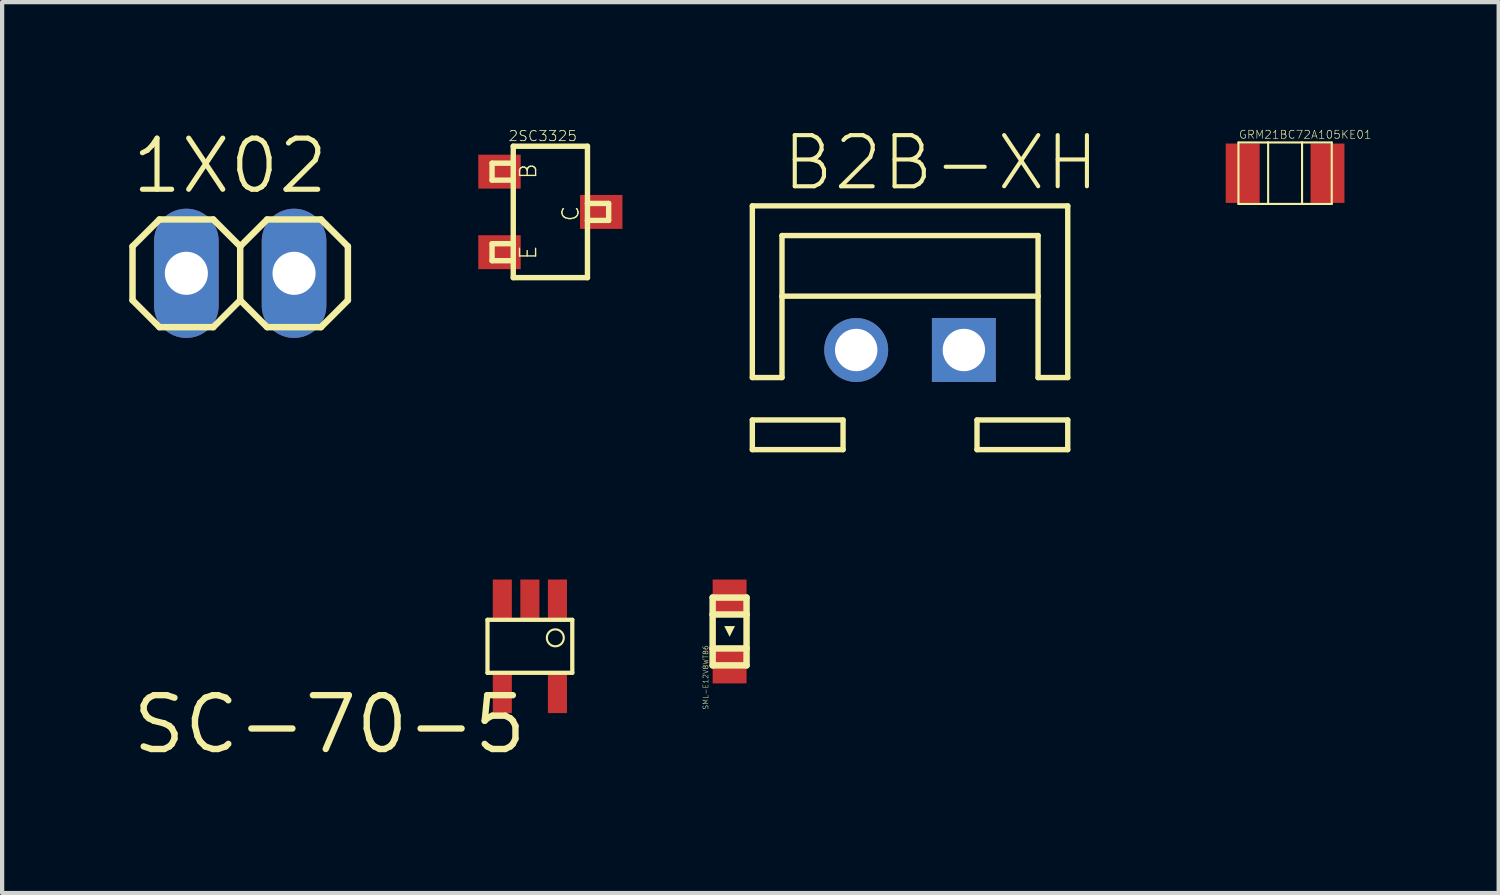
<source format=kicad_pcb>
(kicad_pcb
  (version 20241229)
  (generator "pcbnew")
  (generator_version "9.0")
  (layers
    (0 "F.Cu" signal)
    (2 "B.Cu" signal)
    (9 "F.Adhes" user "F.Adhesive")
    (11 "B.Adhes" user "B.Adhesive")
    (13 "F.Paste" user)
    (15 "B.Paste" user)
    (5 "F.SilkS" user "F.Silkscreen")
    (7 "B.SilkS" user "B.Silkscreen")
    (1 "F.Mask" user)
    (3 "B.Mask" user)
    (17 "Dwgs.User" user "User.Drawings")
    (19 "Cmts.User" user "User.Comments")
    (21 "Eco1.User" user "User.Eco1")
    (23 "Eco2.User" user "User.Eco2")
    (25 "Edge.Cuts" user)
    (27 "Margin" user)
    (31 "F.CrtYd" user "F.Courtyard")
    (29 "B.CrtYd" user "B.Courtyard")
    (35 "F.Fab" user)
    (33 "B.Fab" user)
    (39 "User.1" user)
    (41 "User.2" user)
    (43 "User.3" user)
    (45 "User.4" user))
  (footprint "2SC3325"
    (layer "F.Cu")
    (at 8.732 2.899)
    (property "Reference" "2SC3325" (at 0.2 -2.6 0) (layer "F.SilkS") (effects (font (size 0.241 0.241) (thickness 0.019)) (justify left bottom)))
    (attr through_hole)
    (fp_line (start -0.175 -2.1) (end -0.175 -1.7) (stroke (width 0.127) (type solid)) (layer "F.SilkS"))
    (fp_line (start -0.175 -1.7) (end 0.325 -1.7) (stroke (width 0.127) (type solid)) (layer "F.SilkS"))
    (fp_line (start -0.175 -0.2) (end -0.175 0.2) (stroke (width 0.127) (type solid)) (layer "F.SilkS"))
    (fp_line (start -0.175 0.2) (end 0.325 0.2) (stroke (width 0.127) (type solid)) (layer "F.SilkS"))
    (fp_line (start 0.325 -2.5) (end 0.325 -2.1) (stroke (width 0.127) (type solid)) (layer "F.SilkS"))
    (fp_line (start 0.325 -2.1) (end -0.175 -2.1) (stroke (width 0.127) (type solid)) (layer "F.SilkS"))
    (fp_line (start 0.325 -1.7) (end 0.325 -2.1) (stroke (width 0.127) (type solid)) (layer "F.SilkS"))
    (fp_line (start 0.325 -1.7) (end 0.325 -0.2) (stroke (width 0.127) (type solid)) (layer "F.SilkS"))
    (fp_line (start 0.325 -0.2) (end -0.175 -0.2) (stroke (width 0.127) (type solid)) (layer "F.SilkS"))
    (fp_line (start 0.325 0.2) (end 0.325 -0.2) (stroke (width 0.127) (type solid)) (layer "F.SilkS"))
    (fp_line (start 0.325 0.2) (end 0.325 0.6) (stroke (width 0.127) (type solid)) (layer "F.SilkS"))
    (fp_line (start 0.325 0.6) (end 2.075 0.6) (stroke (width 0.127) (type solid)) (layer "F.SilkS"))
    (fp_line (start 2.075 -2.5) (end 0.325 -2.5) (stroke (width 0.127) (type solid)) (layer "F.SilkS"))
    (fp_line (start 2.075 -1.15) (end 2.075 -2.5) (stroke (width 0.127) (type solid)) (layer "F.SilkS"))
    (fp_line (start 2.075 -1.15) (end 2.075 -0.75) (stroke (width 0.127) (type solid)) (layer "F.SilkS"))
    (fp_line (start 2.075 -0.75) (end 2.575 -0.75) (stroke (width 0.127) (type solid)) (layer "F.SilkS"))
    (fp_line (start 2.075 0.6) (end 2.075 -0.75) (stroke (width 0.127) (type solid)) (layer "F.SilkS"))
    (fp_line (start 2.575 -1.15) (end 2.075 -1.15) (stroke (width 0.127) (type solid)) (layer "F.SilkS"))
    (fp_line (start 2.575 -0.75) (end 2.575 -1.15) (stroke (width 0.127) (type solid)) (layer "F.SilkS"))
    (fp_text user "C" (at 1.9 -0.7 90) (layer "F.SilkS") (effects (font (size 0.38 0.38) (thickness 0.032)) (justify left bottom)))
    (fp_text user "B" (at 0.9 -1.7 90) (layer "F.SilkS") (effects (font (size 0.38 0.38) (thickness 0.032)) (justify left bottom)))
    (fp_text user "E" (at 0.9 0.2 90) (layer "F.SilkS") (effects (font (size 0.38 0.38) (thickness 0.032)) (justify left bottom)))
    (pad "B" smd rect (at 0 -1.9) (size 1 0.8) (layers "F.Cu" "F.Mask" "F.Paste"))
    (pad "C" smd rect (at 2.4 -0.95) (size 1 0.8) (layers "F.Cu" "F.Mask" "F.Paste"))
    (pad "E" smd rect (at 0 0) (size 1 0.8) (layers "F.Cu" "F.Mask" "F.Paste")))
  (footprint "B2B-XH"
    (layer "F.Cu")
    (at 18.416 5.206)
    (property "Reference" "B2B-XH" (at -3.07 -3.71 0) (layer "F.SilkS") (effects (font (size 1.206 1.206) (thickness 0.097)) (justify left bottom)))
    (attr through_hole)
    (fp_line (start -3.72 -3.4) (end 3.72 -3.4) (stroke (width 0.127) (type solid)) (layer "F.SilkS"))
    (fp_line (start -3.72 0.65) (end -3.72 -3.4) (stroke (width 0.127) (type solid)) (layer "F.SilkS"))
    (fp_line (start -3.72 0.65) (end -3.02 0.65) (stroke (width 0.127) (type solid)) (layer "F.SilkS"))
    (fp_line (start -3.72 2.35) (end -3.72 1.65) (stroke (width 0.127) (type solid)) (layer "F.SilkS"))
    (fp_line (start -3.02 -2.7) (end 3.02 -2.7) (stroke (width 0.127) (type solid)) (layer "F.SilkS"))
    (fp_line (start -3.02 -1.27) (end -3.02 -2.7) (stroke (width 0.127) (type solid)) (layer "F.SilkS"))
    (fp_line (start -3.02 -1.27) (end 3.02 -1.27) (stroke (width 0.127) (type solid)) (layer "F.SilkS"))
    (fp_line (start -3.02 0.65) (end -3.02 -1.27) (stroke (width 0.127) (type solid)) (layer "F.SilkS"))
    (fp_line (start -1.58 1.65) (end -3.72 1.65) (stroke (width 0.127) (type solid)) (layer "F.SilkS"))
    (fp_line (start -1.58 1.65) (end -1.58 2.35) (stroke (width 0.127) (type solid)) (layer "F.SilkS"))
    (fp_line (start -1.58 2.35) (end -3.72 2.35) (stroke (width 0.127) (type solid)) (layer "F.SilkS"))
    (fp_line (start 1.58 1.65) (end 1.58 2.35) (stroke (width 0.127) (type solid)) (layer "F.SilkS"))
    (fp_line (start 1.58 1.65) (end 3.72 1.65) (stroke (width 0.127) (type solid)) (layer "F.SilkS"))
    (fp_line (start 1.58 2.35) (end 3.72 2.35) (stroke (width 0.127) (type solid)) (layer "F.SilkS"))
    (fp_line (start 3.02 -2.7) (end 3.02 -1.27) (stroke (width 0.127) (type solid)) (layer "F.SilkS"))
    (fp_line (start 3.02 -1.27) (end 3.02 0.65) (stroke (width 0.127) (type solid)) (layer "F.SilkS"))
    (fp_line (start 3.02 0.65) (end 3.72 0.65) (stroke (width 0.127) (type solid)) (layer "F.SilkS"))
    (fp_line (start 3.72 -3.4) (end 3.72 0.65) (stroke (width 0.127) (type solid)) (layer "F.SilkS"))
    (fp_line (start 3.72 2.35) (end 3.72 1.65) (stroke (width 0.127) (type solid)) (layer "F.SilkS"))
    (pad "1" thru_hole rect (at 1.27 0) (size 1.508 1.508) (drill 1) (layers "*.Cu" "*.Mask"))
    (pad "2" thru_hole circle (at -1.27 0) (size 1.508 1.508) (drill 1) (layers "*.Cu" "*.Mask")))
  (footprint "1X02"
    (layer "F.Cu")
    (at 2.616 3.397)
    (property "Reference" "1X02" (at -2.616 -1.829 180) (layer "F.SilkS") (effects (font (size 1.206 1.206) (thickness 0.121)) (justify left bottom)))
    (attr through_hole)
    (fp_line (start -2.54 -0.635) (end -2.54 0.635) (stroke (width 0.152) (type solid)) (layer "F.SilkS"))
    (fp_line (start -2.54 0.635) (end -1.905 1.27) (stroke (width 0.152) (type solid)) (layer "F.SilkS"))
    (fp_line (start -1.905 -1.27) (end -2.54 -0.635) (stroke (width 0.152) (type solid)) (layer "F.SilkS"))
    (fp_line (start -1.905 -1.27) (end -0.635 -1.27) (stroke (width 0.152) (type solid)) (layer "F.SilkS"))
    (fp_line (start -0.635 -1.27) (end 0 -0.635) (stroke (width 0.152) (type solid)) (layer "F.SilkS"))
    (fp_line (start -0.635 1.27) (end -1.905 1.27) (stroke (width 0.152) (type solid)) (layer "F.SilkS"))
    (fp_line (start 0 -0.635) (end 0 0.635) (stroke (width 0.152) (type solid)) (layer "F.SilkS"))
    (fp_line (start 0 -0.635) (end 0.635 -1.27) (stroke (width 0.152) (type solid)) (layer "F.SilkS"))
    (fp_line (start 0 0.635) (end -0.635 1.27) (stroke (width 0.152) (type solid)) (layer "F.SilkS"))
    (fp_line (start 0.635 -1.27) (end 1.905 -1.27) (stroke (width 0.152) (type solid)) (layer "F.SilkS"))
    (fp_line (start 0.635 1.27) (end 0 0.635) (stroke (width 0.152) (type solid)) (layer "F.SilkS"))
    (fp_line (start 1.905 -1.27) (end 2.54 -0.635) (stroke (width 0.152) (type solid)) (layer "F.SilkS"))
    (fp_line (start 1.905 1.27) (end 0.635 1.27) (stroke (width 0.152) (type solid)) (layer "F.SilkS"))
    (fp_line (start 2.54 -0.635) (end 2.54 0.635) (stroke (width 0.152) (type solid)) (layer "F.SilkS"))
    (fp_line (start 2.54 0.635) (end 1.905 1.27) (stroke (width 0.152) (type solid)) (layer "F.SilkS"))
    (fp_poly (pts (xy -1.524 0.254) (xy -1.016 0.254) (xy -1.016 -0.254) (xy -1.524 -0.254)) (stroke (width 0.1) (type solid)) (fill no) (layer "F.Fab"))
    (fp_poly (pts (xy 1.016 0.254) (xy 1.524 0.254) (xy 1.524 -0.254) (xy 1.016 -0.254)) (stroke (width 0.1) (type solid)) (fill no) (layer "F.Fab"))
    (pad "1" thru_hole oval (at -1.27 0 90) (size 3.048 1.524) (drill 1.016) (layers "*.Cu" "*.Mask"))
    (pad "2" thru_hole oval (at 1.27 0 90) (size 3.048 1.524) (drill 1.016) (layers "*.Cu" "*.Mask")))
  (footprint "GRM21BC72A105KE01"
    (layer "F.Cu")
    (at 27.263 1.036)
    (property "Reference" "GRM21BC72A105KE01" (at -1.1 -0.8 0) (layer "F.SilkS") (effects (font (size 0.19 0.19) (thickness 0.015)) (justify left bottom)))
    (attr through_hole)
    (fp_line (start -1.1 -0.725) (end -1.1 0.725) (stroke (width 0.05) (type solid)) (layer "F.SilkS"))
    (fp_line (start -1.1 0.725) (end -0.4 0.725) (stroke (width 0.05) (type solid)) (layer "F.SilkS"))
    (fp_line (start -0.4 -0.725) (end -1.1 -0.725) (stroke (width 0.05) (type solid)) (layer "F.SilkS"))
    (fp_line (start -0.4 -0.725) (end -0.4 0.725) (stroke (width 0.05) (type solid)) (layer "F.SilkS"))
    (fp_line (start -0.4 0.725) (end 0.4 0.725) (stroke (width 0.05) (type solid)) (layer "F.SilkS"))
    (fp_line (start 0.4 -0.725) (end -0.4 -0.725) (stroke (width 0.05) (type solid)) (layer "F.SilkS"))
    (fp_line (start 0.4 -0.725) (end 0.4 0.725) (stroke (width 0.05) (type solid)) (layer "F.SilkS"))
    (fp_line (start 0.4 0.725) (end 1.1 0.725) (stroke (width 0.05) (type solid)) (layer "F.SilkS"))
    (fp_line (start 1.1 -0.725) (end 0.4 -0.725) (stroke (width 0.05) (type solid)) (layer "F.SilkS"))
    (fp_line (start 1.1 0.725) (end 1.1 -0.725) (stroke (width 0.05) (type solid)) (layer "F.SilkS"))
    (pad "P$1" smd rect (at -1 0) (size 0.8 1.4) (layers "F.Cu" "F.Mask" "F.Paste"))
    (pad "P$2" smd rect (at 1 0) (size 0.8 1.4) (layers "F.Cu" "F.Mask" "F.Paste")))
  (footprint "SC-70-5"
    (layer "F.Cu")
    (at 9.449 13.295)
    (property "Reference" "SC-70-5" (at 0 0 0) (layer "F.SilkS") (effects (font (size 1.27 1.27) (thickness 0.15)) (justify right top)))
    (attr through_hole)
    (fp_line (start -1 -1.725) (end -1 -0.475) (stroke (width 0.1) (type solid)) (layer "F.SilkS"))
    (fp_line (start -1 -0.475) (end 1 -0.475) (stroke (width 0.1) (type solid)) (layer "F.SilkS"))
    (fp_line (start 1 -1.725) (end -1 -1.725) (stroke (width 0.1) (type solid)) (layer "F.SilkS"))
    (fp_line (start 1 -0.475) (end 1 -1.725) (stroke (width 0.1) (type solid)) (layer "F.SilkS"))
    (fp_circle (center 0.6 -1.3) (end 0.8 -1.3) (stroke (width 0.05) (type solid)) (fill no) (layer "F.SilkS"))
    (pad "IN+" smd rect (at -0.65 -2.2) (size 0.45 0.95) (layers "F.Cu" "F.Mask" "F.Paste"))
    (pad "IN-" smd rect (at -0.65 0) (size 0.45 0.95) (layers "F.Cu" "F.Mask" "F.Paste"))
    (pad "OUT" smd rect (at 0.65 -2.2) (size 0.45 0.95) (layers "F.Cu" "F.Mask" "F.Paste"))
    (pad "VDD" smd rect (at 0.65 0) (size 0.45 0.95) (layers "F.Cu" "F.Mask" "F.Paste"))
    (pad "VSS" smd rect (at 0 -2.2) (size 0.45 0.95) (layers "F.Cu" "F.Mask" "F.Paste")))
  (footprint "SML-E12V8WT86"
    (layer "F.Cu")
    (at 14.16 12.67)
    (property "Reference" "SML-E12V8WT86" (at -0.635 -0.508 90) (layer "F.SilkS") (effects (font (size 0.121 0.121) (thickness 0.01)) (justify right top)))
    (attr through_hole)
    (fp_line (start -0.4 -1.625) (end -0.4 -1.225) (stroke (width 0.152) (type solid)) (layer "F.SilkS"))
    (fp_line (start -0.4 -1.225) (end -0.4 -0.425) (stroke (width 0.152) (type solid)) (layer "F.SilkS"))
    (fp_line (start -0.4 -1.225) (end 0.4 -1.225) (stroke (width 0.152) (type solid)) (layer "F.SilkS"))
    (fp_line (start -0.4 -0.425) (end -0.4 -0.025) (stroke (width 0.152) (type solid)) (layer "F.SilkS"))
    (fp_line (start -0.4 -0.425) (end 0.4 -0.425) (stroke (width 0.152) (type solid)) (layer "F.SilkS"))
    (fp_line (start -0.4 -0.025) (end 0.4 -0.025) (stroke (width 0.152) (type solid)) (layer "F.SilkS"))
    (fp_line (start 0.4 -1.625) (end -0.4 -1.625) (stroke (width 0.152) (type solid)) (layer "F.SilkS"))
    (fp_line (start 0.4 -1.225) (end 0.4 -1.625) (stroke (width 0.152) (type solid)) (layer "F.SilkS"))
    (fp_line (start 0.4 -0.425) (end 0.4 -1.225) (stroke (width 0.152) (type solid)) (layer "F.SilkS"))
    (fp_line (start 0.4 -0.025) (end 0.4 -0.425) (stroke (width 0.152) (type solid)) (layer "F.SilkS"))
    (fp_poly (pts (xy -0.127 -0.953) (xy 0.127 -0.953) (xy 0 -0.699)) (stroke (width 0) (type solid)) (fill yes) (layer "F.SilkS"))
    (pad "A" smd rect (at 0 -1.65) (size 0.8 0.8) (layers "F.Cu" "F.Mask" "F.Paste"))
    (pad "K" smd rect (at 0 0) (size 0.8 0.8) (layers "F.Cu" "F.Mask" "F.Paste")))
  (gr_rect
    (start -3 -3)
    (end 32.301 18.015)
    (stroke (width 0.1) (type default))
    (fill no)
    (layer "Edge.Cuts")))
</source>
